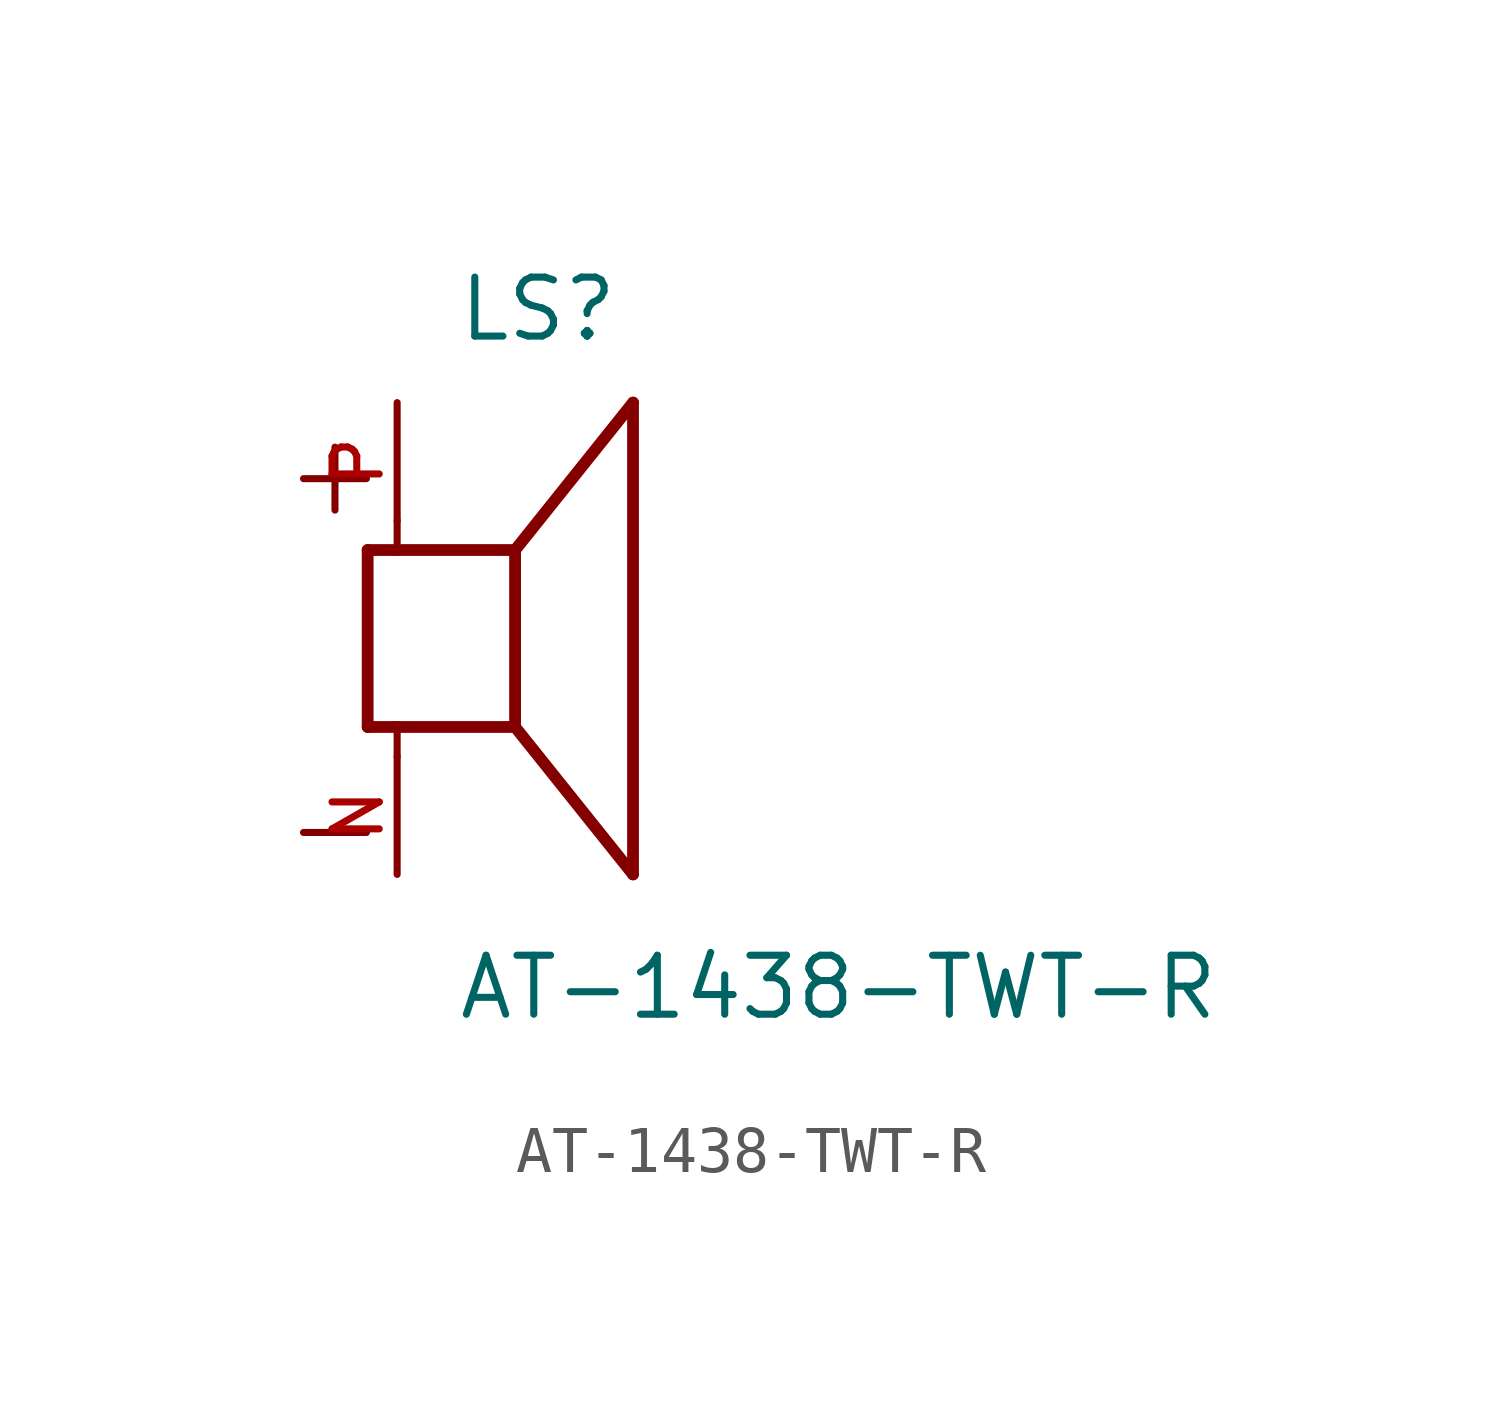
<source format=kicad_sym>
(kicad_symbol_lib
  (version 20211014)
  (generator kicad_symbol_editor)
  (symbol "AT-1438-TWT-R"
    (pin_names
      (offset 1.016))
    (property "Reference" "LS"
      (at -1.27 6.35 0)
      (effects (font (size 1.27 1.27)) (justify bottom left)))
    (property "Value" "AT-1438-TWT-R"
      (at -1.27 -8.255 0)
      (effects (font (size 1.27 1.27)) (justify bottom left)))
    (symbol "AT-1438-TWT-R_0_0"
      (polyline (pts (xy -3.175 1.905) (xy -3.175 -1.905)) (stroke (width 0.254)))
      (polyline (pts (xy -3.175 -1.905) (xy -2.54 -1.905)) (stroke (width 0.254)))
      (polyline (pts (xy 0.0 -1.905) (xy 0.0 1.905)) (stroke (width 0.254)))
      (polyline (pts (xy -3.175 1.905) (xy -2.54 1.905)) (stroke (width 0.254)))
      (polyline (pts (xy 0.0 -1.905) (xy 2.54 -5.08)) (stroke (width 0.254)))
      (polyline (pts (xy 2.54 -5.08) (xy 2.54 5.08)) (stroke (width 0.254)))
      (polyline (pts (xy 0.0 1.905) (xy 2.54 5.08)) (stroke (width 0.254)))
      (polyline (pts (xy -2.54 -2.54) (xy -2.54 -1.905)) (stroke (width 0.152)))
      (polyline (pts (xy -2.54 -1.905) (xy 0.0 -1.905)) (stroke (width 0.254)))
      (polyline (pts (xy -2.54 2.54) (xy -2.54 1.905)) (stroke (width 0.152)))
      (polyline (pts (xy -2.54 1.905) (xy 0.0 1.905)) (stroke (width 0.254)))
      (text "+" (at -5.08 2.54 0) (effects (font (size 1.778 1.778)) (justify bottom left)))
      (text "-" (at -5.08 -5.08 0) (effects (font (size 1.778 1.778)) (justify bottom left)))
      (pin passive line (at -2.54 -5.08 90.0) (length 2.54) (name "~" (effects (font (size 1.016 1.016)))) (number "N" (effects (font (size 1.016 1.016)))))
      (pin passive line (at -2.54 5.08 270.0) (length 2.54) (name "~" (effects (font (size 1.016 1.016)))) (number "P" (effects (font (size 1.016 1.016))))))))
</source>
